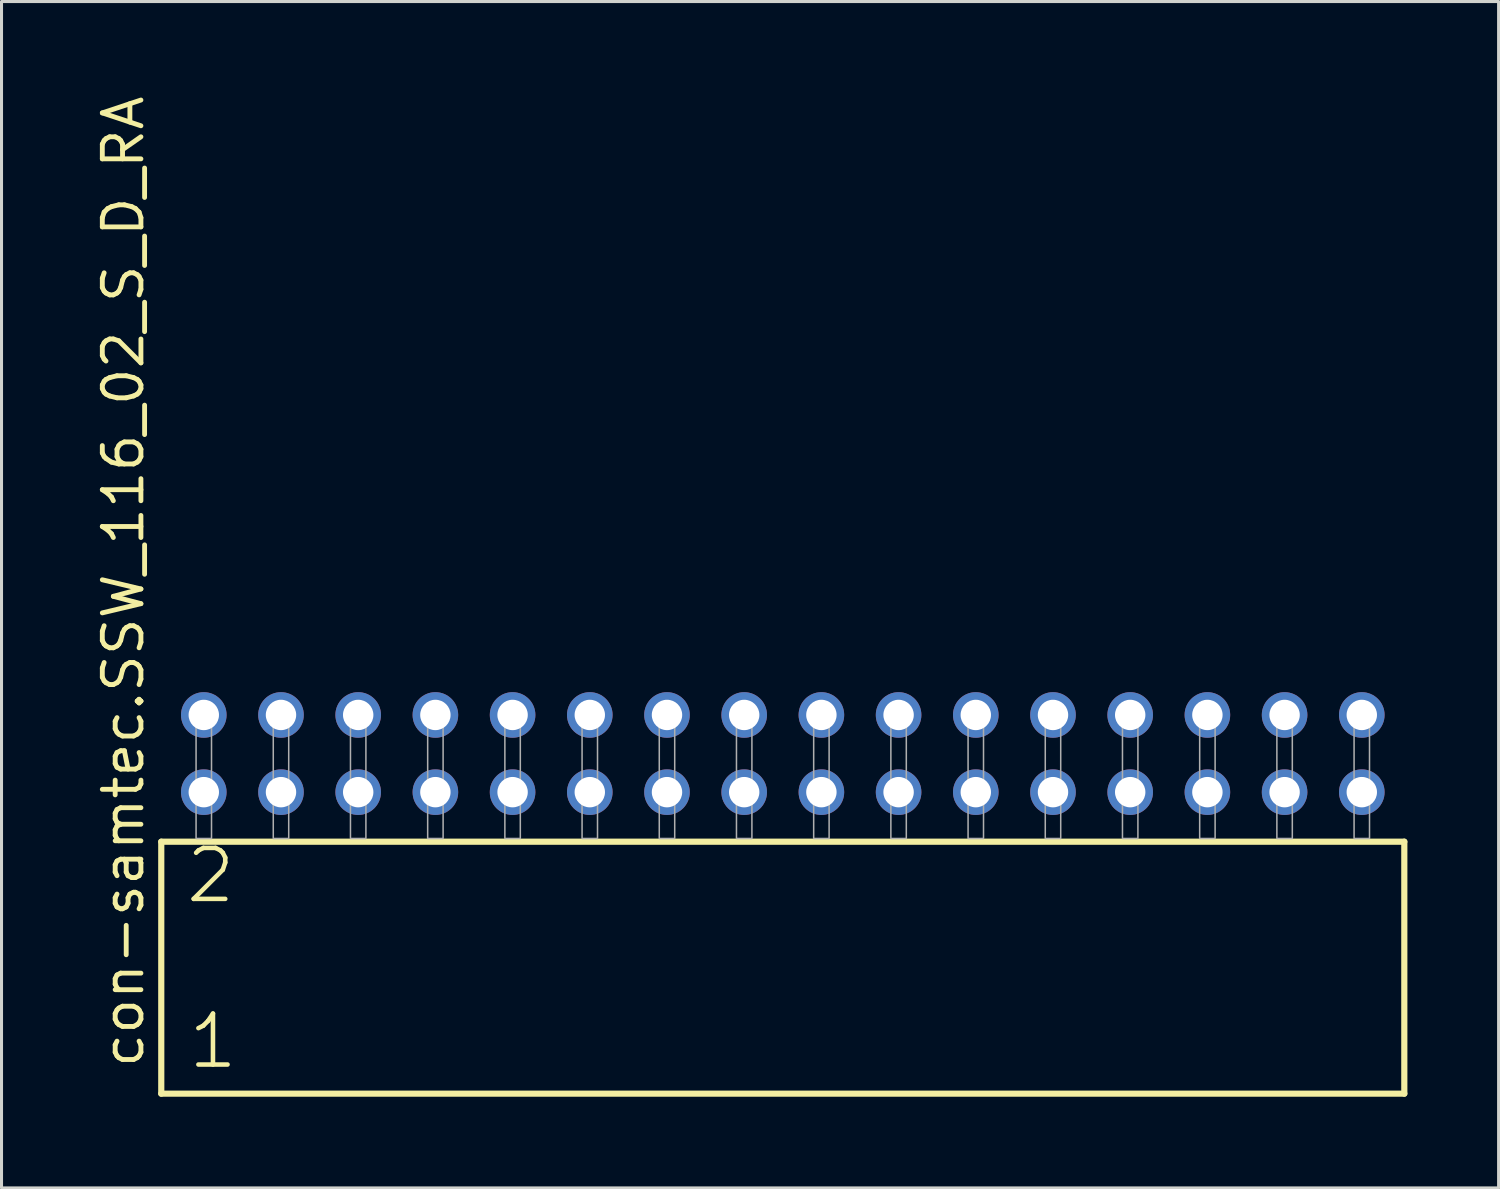
<source format=kicad_pcb>
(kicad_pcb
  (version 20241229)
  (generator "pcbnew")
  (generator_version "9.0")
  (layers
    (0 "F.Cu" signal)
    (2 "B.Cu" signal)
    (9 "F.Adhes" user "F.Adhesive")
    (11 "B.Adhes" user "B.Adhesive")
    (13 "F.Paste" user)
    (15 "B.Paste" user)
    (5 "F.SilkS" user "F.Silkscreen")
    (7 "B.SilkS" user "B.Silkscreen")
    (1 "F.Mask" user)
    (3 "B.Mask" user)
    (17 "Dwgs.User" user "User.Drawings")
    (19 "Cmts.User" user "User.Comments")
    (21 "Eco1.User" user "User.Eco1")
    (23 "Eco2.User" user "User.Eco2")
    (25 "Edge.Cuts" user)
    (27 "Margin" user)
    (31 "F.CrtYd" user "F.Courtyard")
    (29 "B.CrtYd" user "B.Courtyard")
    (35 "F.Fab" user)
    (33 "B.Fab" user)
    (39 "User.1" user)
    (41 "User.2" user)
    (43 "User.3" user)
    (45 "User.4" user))
  (footprint "con-samtec.SSW_116_02_S_D_RA"
    (layer "F.Cu")
    (at 22.705 24.537)
    (property "Reference" "con-samtec.SSW_116_02_S_D_RA" (at -20.955 7.62 90) (layer "F.SilkS") (effects (font (size 1.27 1.27) (thickness 0.16)) (justify left bottom)))
    (attr through_hole)
    (fp_line (start -20.449 0.106) (end -20.449 8.396) (stroke (width 0.203) (type default)) (layer "F.SilkS"))
    (fp_line (start -20.449 8.396) (end 20.449 8.396) (stroke (width 0.203) (type default)) (layer "F.SilkS"))
    (fp_line (start 20.449 0.106) (end -20.449 0.106) (stroke (width 0.203) (type default)) (layer "F.SilkS"))
    (fp_line (start 20.449 8.396) (end 20.449 0.106) (stroke (width 0.203) (type default)) (layer "F.SilkS"))
    (fp_rect (start -19.304 0) (end -18.796 -4.318) (stroke (width 0.05) (type default)) (fill no) (layer "F.Fab"))
    (fp_rect (start -16.764 0) (end -16.256 -4.318) (stroke (width 0.05) (type default)) (fill no) (layer "F.Fab"))
    (fp_rect (start -14.224 0) (end -13.716 -4.318) (stroke (width 0.05) (type default)) (fill no) (layer "F.Fab"))
    (fp_rect (start -11.684 0) (end -11.176 -4.318) (stroke (width 0.05) (type default)) (fill no) (layer "F.Fab"))
    (fp_rect (start -9.144 0) (end -8.636 -4.318) (stroke (width 0.05) (type default)) (fill no) (layer "F.Fab"))
    (fp_rect (start -6.604 0) (end -6.096 -4.318) (stroke (width 0.05) (type default)) (fill no) (layer "F.Fab"))
    (fp_rect (start -4.064 0) (end -3.556 -4.318) (stroke (width 0.05) (type default)) (fill no) (layer "F.Fab"))
    (fp_rect (start -1.524 0) (end -1.016 -4.318) (stroke (width 0.05) (type default)) (fill no) (layer "F.Fab"))
    (fp_rect (start 1.016 0) (end 1.524 -4.318) (stroke (width 0.05) (type default)) (fill no) (layer "F.Fab"))
    (fp_rect (start 3.556 0) (end 4.064 -4.318) (stroke (width 0.05) (type default)) (fill no) (layer "F.Fab"))
    (fp_rect (start 6.096 0) (end 6.604 -4.318) (stroke (width 0.05) (type default)) (fill no) (layer "F.Fab"))
    (fp_rect (start 8.636 0) (end 9.144 -4.318) (stroke (width 0.05) (type default)) (fill no) (layer "F.Fab"))
    (fp_rect (start 11.176 0) (end 11.684 -4.318) (stroke (width 0.05) (type default)) (fill no) (layer "F.Fab"))
    (fp_rect (start 13.716 0) (end 14.224 -4.318) (stroke (width 0.05) (type default)) (fill no) (layer "F.Fab"))
    (fp_rect (start 16.256 0) (end 16.764 -4.318) (stroke (width 0.05) (type default)) (fill no) (layer "F.Fab"))
    (fp_rect (start 18.796 0) (end 19.304 -4.318) (stroke (width 0.05) (type default)) (fill no) (layer "F.Fab"))
    (fp_text user "2" (at -19.72 2.2 0) (layer "F.SilkS") (effects (font (size 1.676 1.676) (thickness 0.15)) (justify left bottom)))
    (fp_text user "1" (at -19.645 7.65 0) (layer "F.SilkS") (effects (font (size 1.676 1.676) (thickness 0.15)) (justify left bottom)))
    (pad "1" thru_hole circle (at -19.05 -1.524) (size 1.5 1.5) (drill 1) (layers "*.Cu" "*.Mask"))
    (pad "2" thru_hole circle (at -19.05 -4.064) (size 1.5 1.5) (drill 1) (layers "*.Cu" "*.Mask"))
    (pad "3" thru_hole circle (at -16.51 -1.524) (size 1.5 1.5) (drill 1) (layers "*.Cu" "*.Mask"))
    (pad "4" thru_hole circle (at -16.51 -4.064) (size 1.5 1.5) (drill 1) (layers "*.Cu" "*.Mask"))
    (pad "5" thru_hole circle (at -13.97 -1.524) (size 1.5 1.5) (drill 1) (layers "*.Cu" "*.Mask"))
    (pad "6" thru_hole circle (at -13.97 -4.064) (size 1.5 1.5) (drill 1) (layers "*.Cu" "*.Mask"))
    (pad "7" thru_hole circle (at -11.43 -1.524) (size 1.5 1.5) (drill 1) (layers "*.Cu" "*.Mask"))
    (pad "8" thru_hole circle (at -11.43 -4.064) (size 1.5 1.5) (drill 1) (layers "*.Cu" "*.Mask"))
    (pad "9" thru_hole circle (at -8.89 -1.524) (size 1.5 1.5) (drill 1) (layers "*.Cu" "*.Mask"))
    (pad "10" thru_hole circle (at -8.89 -4.064) (size 1.5 1.5) (drill 1) (layers "*.Cu" "*.Mask"))
    (pad "11" thru_hole circle (at -6.35 -1.524) (size 1.5 1.5) (drill 1) (layers "*.Cu" "*.Mask"))
    (pad "12" thru_hole circle (at -6.35 -4.064) (size 1.5 1.5) (drill 1) (layers "*.Cu" "*.Mask"))
    (pad "13" thru_hole circle (at -3.81 -1.524) (size 1.5 1.5) (drill 1) (layers "*.Cu" "*.Mask"))
    (pad "14" thru_hole circle (at -3.81 -4.064) (size 1.5 1.5) (drill 1) (layers "*.Cu" "*.Mask"))
    (pad "15" thru_hole circle (at -1.27 -1.524) (size 1.5 1.5) (drill 1) (layers "*.Cu" "*.Mask"))
    (pad "16" thru_hole circle (at -1.27 -4.064) (size 1.5 1.5) (drill 1) (layers "*.Cu" "*.Mask"))
    (pad "17" thru_hole circle (at 1.27 -1.524) (size 1.5 1.5) (drill 1) (layers "*.Cu" "*.Mask"))
    (pad "18" thru_hole circle (at 1.27 -4.064) (size 1.5 1.5) (drill 1) (layers "*.Cu" "*.Mask"))
    (pad "19" thru_hole circle (at 3.81 -1.524) (size 1.5 1.5) (drill 1) (layers "*.Cu" "*.Mask"))
    (pad "20" thru_hole circle (at 3.81 -4.064) (size 1.5 1.5) (drill 1) (layers "*.Cu" "*.Mask"))
    (pad "21" thru_hole circle (at 6.35 -1.524) (size 1.5 1.5) (drill 1) (layers "*.Cu" "*.Mask"))
    (pad "22" thru_hole circle (at 6.35 -4.064) (size 1.5 1.5) (drill 1) (layers "*.Cu" "*.Mask"))
    (pad "23" thru_hole circle (at 8.89 -1.524) (size 1.5 1.5) (drill 1) (layers "*.Cu" "*.Mask"))
    (pad "24" thru_hole circle (at 8.89 -4.064) (size 1.5 1.5) (drill 1) (layers "*.Cu" "*.Mask"))
    (pad "25" thru_hole circle (at 11.43 -1.524) (size 1.5 1.5) (drill 1) (layers "*.Cu" "*.Mask"))
    (pad "26" thru_hole circle (at 11.43 -4.064) (size 1.5 1.5) (drill 1) (layers "*.Cu" "*.Mask"))
    (pad "27" thru_hole circle (at 13.97 -1.524) (size 1.5 1.5) (drill 1) (layers "*.Cu" "*.Mask"))
    (pad "28" thru_hole circle (at 13.97 -4.064) (size 1.5 1.5) (drill 1) (layers "*.Cu" "*.Mask"))
    (pad "29" thru_hole circle (at 16.51 -1.524) (size 1.5 1.5) (drill 1) (layers "*.Cu" "*.Mask"))
    (pad "30" thru_hole circle (at 16.51 -4.064) (size 1.5 1.5) (drill 1) (layers "*.Cu" "*.Mask"))
    (pad "31" thru_hole circle (at 19.05 -1.524) (size 1.5 1.5) (drill 1) (layers "*.Cu" "*.Mask"))
    (pad "32" thru_hole circle (at 19.05 -4.064) (size 1.5 1.5) (drill 1) (layers "*.Cu" "*.Mask")))
  (gr_rect
    (start -3 -3)
    (end 46.256 36.035)
    (stroke (width 0.1) (type default))
    (fill no)
    (layer "Edge.Cuts")))
</source>
